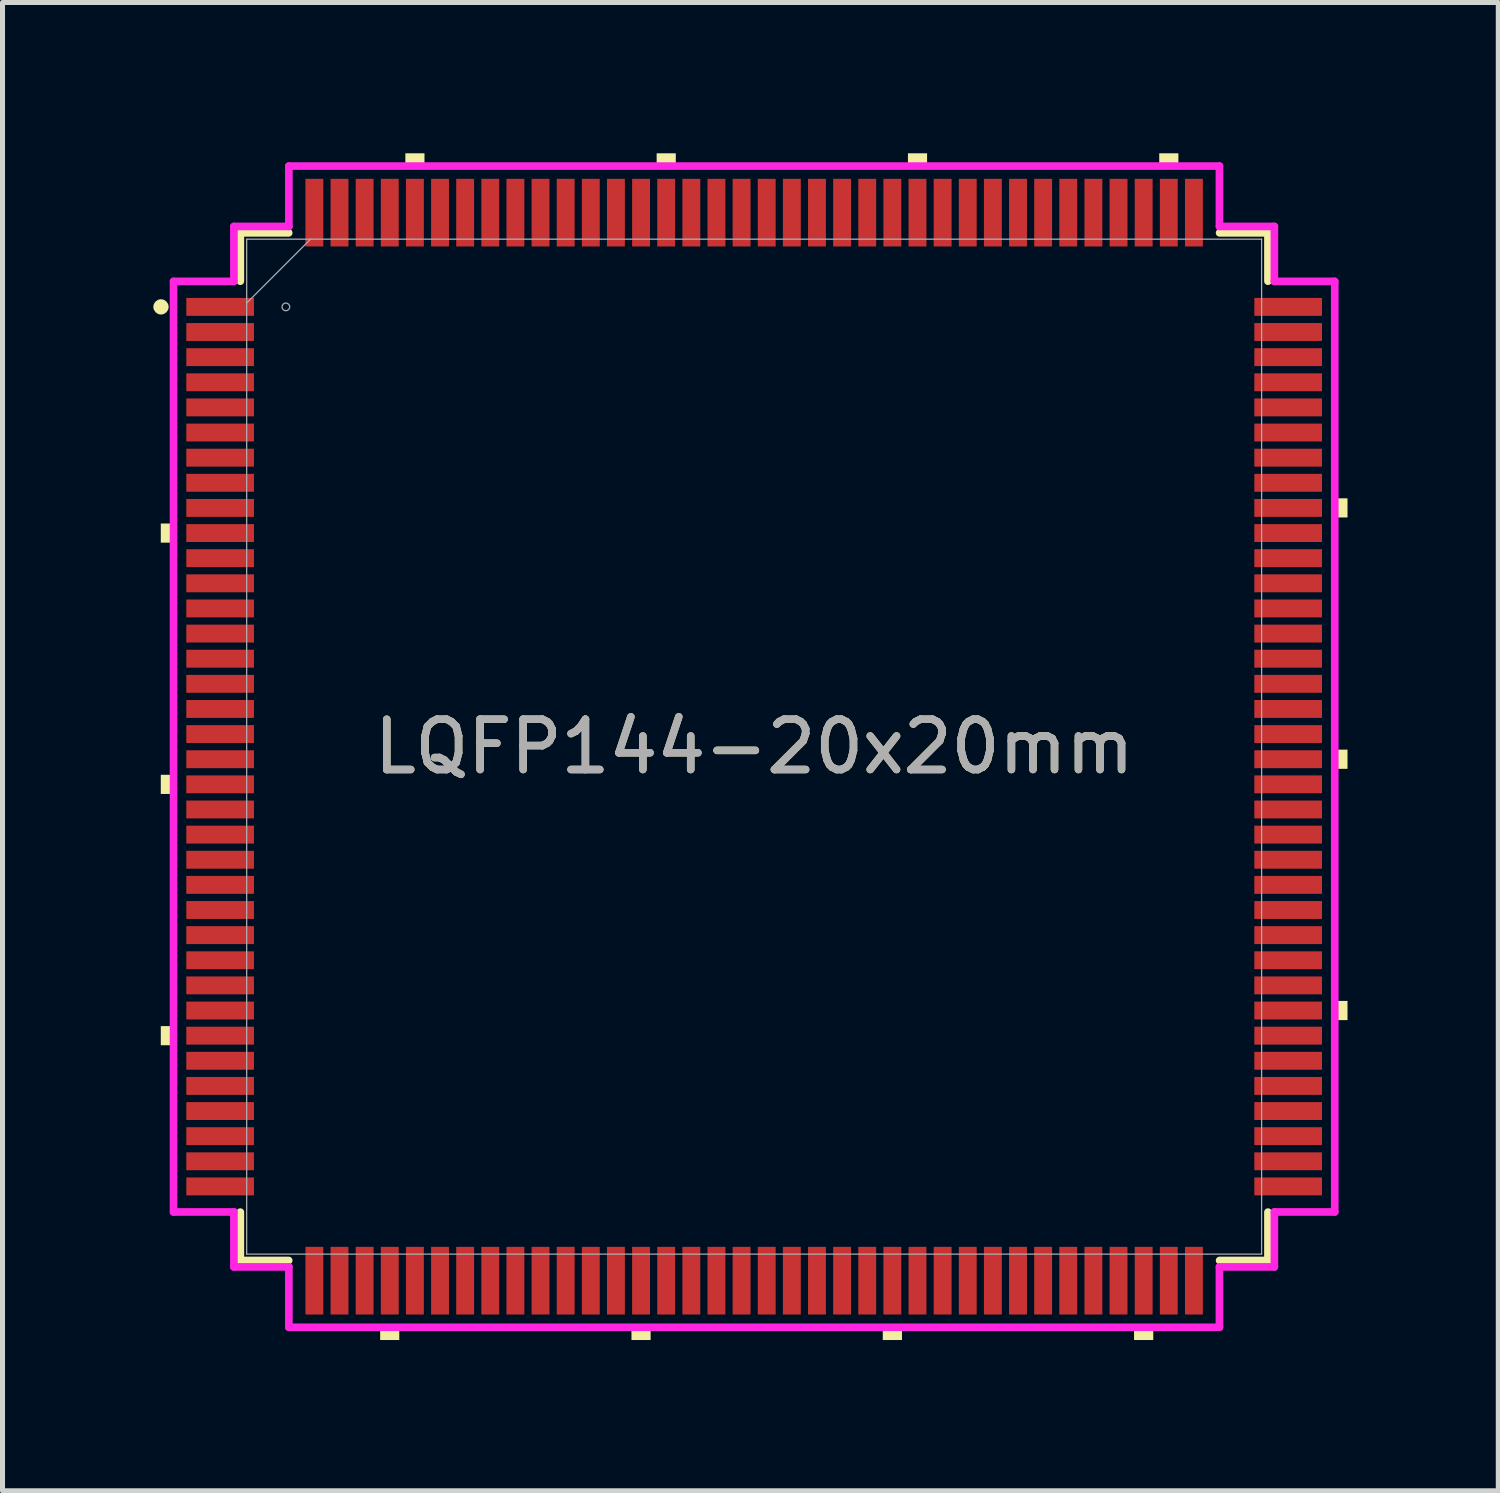
<source format=kicad_pcb>
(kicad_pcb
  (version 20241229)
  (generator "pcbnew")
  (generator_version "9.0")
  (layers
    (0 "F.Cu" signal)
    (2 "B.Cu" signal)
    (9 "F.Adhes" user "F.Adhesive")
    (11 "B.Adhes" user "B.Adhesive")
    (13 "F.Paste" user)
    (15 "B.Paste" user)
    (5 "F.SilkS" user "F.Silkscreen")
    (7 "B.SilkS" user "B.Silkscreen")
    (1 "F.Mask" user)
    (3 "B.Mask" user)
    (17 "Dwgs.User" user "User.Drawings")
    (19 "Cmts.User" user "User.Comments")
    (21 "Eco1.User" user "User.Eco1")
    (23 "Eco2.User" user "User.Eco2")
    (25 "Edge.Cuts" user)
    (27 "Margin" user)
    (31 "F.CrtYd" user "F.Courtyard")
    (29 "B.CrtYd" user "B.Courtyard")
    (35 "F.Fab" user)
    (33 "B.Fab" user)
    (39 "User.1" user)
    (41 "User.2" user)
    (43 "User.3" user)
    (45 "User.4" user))
  (footprint "LQFP144-20x20mm"
    (layer "F.Cu")
    (at 11.955 11.806)
    (property "Reference" "LQFP144-20x20mm" (at 0 0 0) (unlocked yes) (layer "F.SilkS") (effects (font (size 1 1) (thickness 0.15))))
    (attr smd)
    (fp_line (start -10.223 -10.223) (end -10.223 -9.261) (stroke (width 0.152) (type solid)) (layer "F.SilkS"))
    (fp_line (start -10.223 9.261) (end -10.223 10.223) (stroke (width 0.152) (type solid)) (layer "F.SilkS"))
    (fp_line (start -10.223 10.223) (end -9.261 10.223) (stroke (width 0.152) (type solid)) (layer "F.SilkS"))
    (fp_line (start -9.261 -10.223) (end -10.223 -10.223) (stroke (width 0.152) (type solid)) (layer "F.SilkS"))
    (fp_line (start 9.261 10.223) (end 10.223 10.223) (stroke (width 0.152) (type solid)) (layer "F.SilkS"))
    (fp_line (start 10.223 -10.223) (end 9.261 -10.223) (stroke (width 0.152) (type solid)) (layer "F.SilkS"))
    (fp_line (start 10.223 -9.261) (end 10.223 -10.223) (stroke (width 0.152) (type solid)) (layer "F.SilkS"))
    (fp_line (start 10.223 10.223) (end 10.223 9.261) (stroke (width 0.152) (type solid)) (layer "F.SilkS"))
    (fp_circle (center -11.802 -8.75) (end -11.726 -8.75) (stroke (width 0.152) (type solid)) (fill no) (layer "F.SilkS"))
    (fp_poly (pts (xy -11.806 -4.44) (xy -11.806 -4.059) (xy -11.552 -4.059) (xy -11.552 -4.44)) (stroke (width 0) (type solid)) (fill yes) (layer "F.SilkS"))
    (fp_poly (pts (xy -11.806 0.56) (xy -11.806 0.941) (xy -11.552 0.941) (xy -11.552 0.56)) (stroke (width 0) (type solid)) (fill yes) (layer "F.SilkS"))
    (fp_poly (pts (xy -11.806 5.56) (xy -11.806 5.941) (xy -11.552 5.941) (xy -11.552 5.56)) (stroke (width 0) (type solid)) (fill yes) (layer "F.SilkS"))
    (fp_poly (pts (xy -7.441 11.552) (xy -7.441 11.806) (xy -7.06 11.806) (xy -7.06 11.552)) (stroke (width 0) (type solid)) (fill yes) (layer "F.SilkS"))
    (fp_poly (pts (xy -6.94 -11.552) (xy -6.94 -11.806) (xy -6.559 -11.806) (xy -6.559 -11.552)) (stroke (width 0) (type solid)) (fill yes) (layer "F.SilkS"))
    (fp_poly (pts (xy -2.441 11.552) (xy -2.441 11.806) (xy -2.06 11.806) (xy -2.06 11.552)) (stroke (width 0) (type solid)) (fill yes) (layer "F.SilkS"))
    (fp_poly (pts (xy -1.94 -11.552) (xy -1.94 -11.806) (xy -1.559 -11.806) (xy -1.559 -11.552)) (stroke (width 0) (type solid)) (fill yes) (layer "F.SilkS"))
    (fp_poly (pts (xy 2.559 11.552) (xy 2.559 11.806) (xy 2.941 11.806) (xy 2.941 11.552)) (stroke (width 0) (type solid)) (fill yes) (layer "F.SilkS"))
    (fp_poly (pts (xy 3.06 -11.552) (xy 3.06 -11.806) (xy 3.441 -11.806) (xy 3.441 -11.552)) (stroke (width 0) (type solid)) (fill yes) (layer "F.SilkS"))
    (fp_poly (pts (xy 7.559 11.552) (xy 7.559 11.806) (xy 7.941 11.806) (xy 7.941 11.552)) (stroke (width 0) (type solid)) (fill yes) (layer "F.SilkS"))
    (fp_poly (pts (xy 8.06 -11.552) (xy 8.06 -11.806) (xy 8.441 -11.806) (xy 8.441 -11.552)) (stroke (width 0) (type solid)) (fill yes) (layer "F.SilkS"))
    (fp_poly (pts (xy 11.806 -4.941) (xy 11.806 -4.56) (xy 11.552 -4.56) (xy 11.552 -4.941)) (stroke (width 0) (type solid)) (fill yes) (layer "F.SilkS"))
    (fp_poly (pts (xy 11.806 0.059) (xy 11.806 0.441) (xy 11.552 0.441) (xy 11.552 0.059)) (stroke (width 0) (type solid)) (fill yes) (layer "F.SilkS"))
    (fp_poly (pts (xy 11.806 5.059) (xy 11.806 5.441) (xy 11.552 5.441) (xy 11.552 5.059)) (stroke (width 0) (type solid)) (fill yes) (layer "F.SilkS"))
    (fp_line (start -11.552 -9.258) (end -10.351 -9.258) (stroke (width 0.152) (type solid)) (layer "F.CrtYd"))
    (fp_line (start -11.552 9.258) (end -11.552 -9.258) (stroke (width 0.152) (type solid)) (layer "F.CrtYd"))
    (fp_line (start -10.351 -10.351) (end -9.258 -10.351) (stroke (width 0.152) (type solid)) (layer "F.CrtYd"))
    (fp_line (start -10.351 -9.258) (end -10.351 -10.351) (stroke (width 0.152) (type solid)) (layer "F.CrtYd"))
    (fp_line (start -10.351 9.258) (end -11.552 9.258) (stroke (width 0.152) (type solid)) (layer "F.CrtYd"))
    (fp_line (start -10.351 10.351) (end -10.351 9.258) (stroke (width 0.152) (type solid)) (layer "F.CrtYd"))
    (fp_line (start -9.258 -11.552) (end 9.258 -11.552) (stroke (width 0.152) (type solid)) (layer "F.CrtYd"))
    (fp_line (start -9.258 -10.351) (end -9.258 -11.552) (stroke (width 0.152) (type solid)) (layer "F.CrtYd"))
    (fp_line (start -9.258 10.351) (end -10.351 10.351) (stroke (width 0.152) (type solid)) (layer "F.CrtYd"))
    (fp_line (start -9.258 11.552) (end -9.258 10.351) (stroke (width 0.152) (type solid)) (layer "F.CrtYd"))
    (fp_line (start 9.258 -11.552) (end 9.258 -10.351) (stroke (width 0.152) (type solid)) (layer "F.CrtYd"))
    (fp_line (start 9.258 -10.351) (end 10.351 -10.351) (stroke (width 0.152) (type solid)) (layer "F.CrtYd"))
    (fp_line (start 9.258 10.351) (end 9.258 11.552) (stroke (width 0.152) (type solid)) (layer "F.CrtYd"))
    (fp_line (start 9.258 11.552) (end -9.258 11.552) (stroke (width 0.152) (type solid)) (layer "F.CrtYd"))
    (fp_line (start 10.351 -10.351) (end 10.351 -9.258) (stroke (width 0.152) (type solid)) (layer "F.CrtYd"))
    (fp_line (start 10.351 -9.258) (end 11.552 -9.258) (stroke (width 0.152) (type solid)) (layer "F.CrtYd"))
    (fp_line (start 10.351 9.258) (end 10.351 10.351) (stroke (width 0.152) (type solid)) (layer "F.CrtYd"))
    (fp_line (start 10.351 10.351) (end 9.258 10.351) (stroke (width 0.152) (type solid)) (layer "F.CrtYd"))
    (fp_line (start 11.552 -9.258) (end 11.552 9.258) (stroke (width 0.152) (type solid)) (layer "F.CrtYd"))
    (fp_line (start 11.552 9.258) (end 10.351 9.258) (stroke (width 0.152) (type solid)) (layer "F.CrtYd"))
    (fp_line (start -10.097 -10.097) (end -10.097 10.097) (stroke (width 0.025) (type solid)) (layer "F.Fab"))
    (fp_line (start -10.097 -8.826) (end -8.826 -10.097) (stroke (width 0.025) (type solid)) (layer "F.Fab"))
    (fp_line (start -10.097 10.097) (end 10.097 10.097) (stroke (width 0.025) (type solid)) (layer "F.Fab"))
    (fp_line (start 10.097 -10.097) (end -10.097 -10.097) (stroke (width 0.025) (type solid)) (layer "F.Fab"))
    (fp_line (start 10.097 10.097) (end 10.097 -10.097) (stroke (width 0.025) (type solid)) (layer "F.Fab"))
    (fp_circle (center -9.317 -8.75) (end -9.241 -8.75) (stroke (width 0.025) (type solid)) (fill no) (layer "F.Fab"))
    (fp_text user "${REFERENCE}" (at 0 0 0) (unlocked yes) (layer "F.Fab") (effects (font (size 1 1) (thickness 0.15))))
    (pad "1" smd rect (at -10.625 -8.75) (size 1.346 0.356) (layers "F.Cu" "F.Mask" "F.Paste"))
    (pad "2" smd rect (at -10.625 -8.25) (size 1.346 0.356) (layers "F.Cu" "F.Mask" "F.Paste"))
    (pad "3" smd rect (at -10.625 -7.75) (size 1.346 0.356) (layers "F.Cu" "F.Mask" "F.Paste"))
    (pad "4" smd rect (at -10.625 -7.25) (size 1.346 0.356) (layers "F.Cu" "F.Mask" "F.Paste"))
    (pad "5" smd rect (at -10.625 -6.75) (size 1.346 0.356) (layers "F.Cu" "F.Mask" "F.Paste"))
    (pad "6" smd rect (at -10.625 -6.25) (size 1.346 0.356) (layers "F.Cu" "F.Mask" "F.Paste"))
    (pad "7" smd rect (at -10.625 -5.75) (size 1.346 0.356) (layers "F.Cu" "F.Mask" "F.Paste"))
    (pad "8" smd rect (at -10.625 -5.25) (size 1.346 0.356) (layers "F.Cu" "F.Mask" "F.Paste"))
    (pad "9" smd rect (at -10.625 -4.75) (size 1.346 0.356) (layers "F.Cu" "F.Mask" "F.Paste"))
    (pad "10" smd rect (at -10.625 -4.25) (size 1.346 0.356) (layers "F.Cu" "F.Mask" "F.Paste"))
    (pad "11" smd rect (at -10.625 -3.75) (size 1.346 0.356) (layers "F.Cu" "F.Mask" "F.Paste"))
    (pad "12" smd rect (at -10.625 -3.25) (size 1.346 0.356) (layers "F.Cu" "F.Mask" "F.Paste"))
    (pad "13" smd rect (at -10.625 -2.75) (size 1.346 0.356) (layers "F.Cu" "F.Mask" "F.Paste"))
    (pad "14" smd rect (at -10.625 -2.25) (size 1.346 0.356) (layers "F.Cu" "F.Mask" "F.Paste"))
    (pad "15" smd rect (at -10.625 -1.75) (size 1.346 0.356) (layers "F.Cu" "F.Mask" "F.Paste"))
    (pad "16" smd rect (at -10.625 -1.25) (size 1.346 0.356) (layers "F.Cu" "F.Mask" "F.Paste"))
    (pad "17" smd rect (at -10.625 -0.75) (size 1.346 0.356) (layers "F.Cu" "F.Mask" "F.Paste"))
    (pad "18" smd rect (at -10.625 -0.25) (size 1.346 0.356) (layers "F.Cu" "F.Mask" "F.Paste"))
    (pad "19" smd rect (at -10.625 0.25) (size 1.346 0.356) (layers "F.Cu" "F.Mask" "F.Paste"))
    (pad "20" smd rect (at -10.625 0.75) (size 1.346 0.356) (layers "F.Cu" "F.Mask" "F.Paste"))
    (pad "21" smd rect (at -10.625 1.25) (size 1.346 0.356) (layers "F.Cu" "F.Mask" "F.Paste"))
    (pad "22" smd rect (at -10.625 1.75) (size 1.346 0.356) (layers "F.Cu" "F.Mask" "F.Paste"))
    (pad "23" smd rect (at -10.625 2.25) (size 1.346 0.356) (layers "F.Cu" "F.Mask" "F.Paste"))
    (pad "24" smd rect (at -10.625 2.75) (size 1.346 0.356) (layers "F.Cu" "F.Mask" "F.Paste"))
    (pad "25" smd rect (at -10.625 3.25) (size 1.346 0.356) (layers "F.Cu" "F.Mask" "F.Paste"))
    (pad "26" smd rect (at -10.625 3.75) (size 1.346 0.356) (layers "F.Cu" "F.Mask" "F.Paste"))
    (pad "27" smd rect (at -10.625 4.25) (size 1.346 0.356) (layers "F.Cu" "F.Mask" "F.Paste"))
    (pad "28" smd rect (at -10.625 4.75) (size 1.346 0.356) (layers "F.Cu" "F.Mask" "F.Paste"))
    (pad "29" smd rect (at -10.625 5.25) (size 1.346 0.356) (layers "F.Cu" "F.Mask" "F.Paste"))
    (pad "30" smd rect (at -10.625 5.75) (size 1.346 0.356) (layers "F.Cu" "F.Mask" "F.Paste"))
    (pad "31" smd rect (at -10.625 6.25) (size 1.346 0.356) (layers "F.Cu" "F.Mask" "F.Paste"))
    (pad "32" smd rect (at -10.625 6.75) (size 1.346 0.356) (layers "F.Cu" "F.Mask" "F.Paste"))
    (pad "33" smd rect (at -10.625 7.25) (size 1.346 0.356) (layers "F.Cu" "F.Mask" "F.Paste"))
    (pad "34" smd rect (at -10.625 7.75) (size 1.346 0.356) (layers "F.Cu" "F.Mask" "F.Paste"))
    (pad "35" smd rect (at -10.625 8.25) (size 1.346 0.356) (layers "F.Cu" "F.Mask" "F.Paste"))
    (pad "36" smd rect (at -10.625 8.75) (size 1.346 0.356) (layers "F.Cu" "F.Mask" "F.Paste"))
    (pad "37" smd rect (at -8.75 10.625 90) (size 1.346 0.356) (layers "F.Cu" "F.Mask" "F.Paste"))
    (pad "38" smd rect (at -8.25 10.625 90) (size 1.346 0.356) (layers "F.Cu" "F.Mask" "F.Paste"))
    (pad "39" smd rect (at -7.75 10.625 90) (size 1.346 0.356) (layers "F.Cu" "F.Mask" "F.Paste"))
    (pad "40" smd rect (at -7.25 10.625 90) (size 1.346 0.356) (layers "F.Cu" "F.Mask" "F.Paste"))
    (pad "41" smd rect (at -6.75 10.625 90) (size 1.346 0.356) (layers "F.Cu" "F.Mask" "F.Paste"))
    (pad "42" smd rect (at -6.25 10.625 90) (size 1.346 0.356) (layers "F.Cu" "F.Mask" "F.Paste"))
    (pad "43" smd rect (at -5.75 10.625 90) (size 1.346 0.356) (layers "F.Cu" "F.Mask" "F.Paste"))
    (pad "44" smd rect (at -5.25 10.625 90) (size 1.346 0.356) (layers "F.Cu" "F.Mask" "F.Paste"))
    (pad "45" smd rect (at -4.75 10.625 90) (size 1.346 0.356) (layers "F.Cu" "F.Mask" "F.Paste"))
    (pad "46" smd rect (at -4.25 10.625 90) (size 1.346 0.356) (layers "F.Cu" "F.Mask" "F.Paste"))
    (pad "47" smd rect (at -3.75 10.625 90) (size 1.346 0.356) (layers "F.Cu" "F.Mask" "F.Paste"))
    (pad "48" smd rect (at -3.25 10.625 90) (size 1.346 0.356) (layers "F.Cu" "F.Mask" "F.Paste"))
    (pad "49" smd rect (at -2.75 10.625 90) (size 1.346 0.356) (layers "F.Cu" "F.Mask" "F.Paste"))
    (pad "50" smd rect (at -2.25 10.625 90) (size 1.346 0.356) (layers "F.Cu" "F.Mask" "F.Paste"))
    (pad "51" smd rect (at -1.75 10.625 90) (size 1.346 0.356) (layers "F.Cu" "F.Mask" "F.Paste"))
    (pad "52" smd rect (at -1.25 10.625 90) (size 1.346 0.356) (layers "F.Cu" "F.Mask" "F.Paste"))
    (pad "53" smd rect (at -0.75 10.625 90) (size 1.346 0.356) (layers "F.Cu" "F.Mask" "F.Paste"))
    (pad "54" smd rect (at -0.25 10.625 90) (size 1.346 0.356) (layers "F.Cu" "F.Mask" "F.Paste"))
    (pad "55" smd rect (at 0.25 10.625 90) (size 1.346 0.356) (layers "F.Cu" "F.Mask" "F.Paste"))
    (pad "56" smd rect (at 0.75 10.625 90) (size 1.346 0.356) (layers "F.Cu" "F.Mask" "F.Paste"))
    (pad "57" smd rect (at 1.25 10.625 90) (size 1.346 0.356) (layers "F.Cu" "F.Mask" "F.Paste"))
    (pad "58" smd rect (at 1.75 10.625 90) (size 1.346 0.356) (layers "F.Cu" "F.Mask" "F.Paste"))
    (pad "59" smd rect (at 2.25 10.625 90) (size 1.346 0.356) (layers "F.Cu" "F.Mask" "F.Paste"))
    (pad "60" smd rect (at 2.75 10.625 90) (size 1.346 0.356) (layers "F.Cu" "F.Mask" "F.Paste"))
    (pad "61" smd rect (at 3.25 10.625 90) (size 1.346 0.356) (layers "F.Cu" "F.Mask" "F.Paste"))
    (pad "62" smd rect (at 3.75 10.625 90) (size 1.346 0.356) (layers "F.Cu" "F.Mask" "F.Paste"))
    (pad "63" smd rect (at 4.25 10.625 90) (size 1.346 0.356) (layers "F.Cu" "F.Mask" "F.Paste"))
    (pad "64" smd rect (at 4.75 10.625 90) (size 1.346 0.356) (layers "F.Cu" "F.Mask" "F.Paste"))
    (pad "65" smd rect (at 5.25 10.625 90) (size 1.346 0.356) (layers "F.Cu" "F.Mask" "F.Paste"))
    (pad "66" smd rect (at 5.75 10.625 90) (size 1.346 0.356) (layers "F.Cu" "F.Mask" "F.Paste"))
    (pad "67" smd rect (at 6.25 10.625 90) (size 1.346 0.356) (layers "F.Cu" "F.Mask" "F.Paste"))
    (pad "68" smd rect (at 6.75 10.625 90) (size 1.346 0.356) (layers "F.Cu" "F.Mask" "F.Paste"))
    (pad "69" smd rect (at 7.25 10.625 90) (size 1.346 0.356) (layers "F.Cu" "F.Mask" "F.Paste"))
    (pad "70" smd rect (at 7.75 10.625 90) (size 1.346 0.356) (layers "F.Cu" "F.Mask" "F.Paste"))
    (pad "71" smd rect (at 8.25 10.625 90) (size 1.346 0.356) (layers "F.Cu" "F.Mask" "F.Paste"))
    (pad "72" smd rect (at 8.75 10.625 90) (size 1.346 0.356) (layers "F.Cu" "F.Mask" "F.Paste"))
    (pad "73" smd rect (at 10.625 8.75) (size 1.346 0.356) (layers "F.Cu" "F.Mask" "F.Paste"))
    (pad "74" smd rect (at 10.625 8.25) (size 1.346 0.356) (layers "F.Cu" "F.Mask" "F.Paste"))
    (pad "75" smd rect (at 10.625 7.75) (size 1.346 0.356) (layers "F.Cu" "F.Mask" "F.Paste"))
    (pad "76" smd rect (at 10.625 7.25) (size 1.346 0.356) (layers "F.Cu" "F.Mask" "F.Paste"))
    (pad "77" smd rect (at 10.625 6.75) (size 1.346 0.356) (layers "F.Cu" "F.Mask" "F.Paste"))
    (pad "78" smd rect (at 10.625 6.25) (size 1.346 0.356) (layers "F.Cu" "F.Mask" "F.Paste"))
    (pad "79" smd rect (at 10.625 5.75) (size 1.346 0.356) (layers "F.Cu" "F.Mask" "F.Paste"))
    (pad "80" smd rect (at 10.625 5.25) (size 1.346 0.356) (layers "F.Cu" "F.Mask" "F.Paste"))
    (pad "81" smd rect (at 10.625 4.75) (size 1.346 0.356) (layers "F.Cu" "F.Mask" "F.Paste"))
    (pad "82" smd rect (at 10.625 4.25) (size 1.346 0.356) (layers "F.Cu" "F.Mask" "F.Paste"))
    (pad "83" smd rect (at 10.625 3.75) (size 1.346 0.356) (layers "F.Cu" "F.Mask" "F.Paste"))
    (pad "84" smd rect (at 10.625 3.25) (size 1.346 0.356) (layers "F.Cu" "F.Mask" "F.Paste"))
    (pad "85" smd rect (at 10.625 2.75) (size 1.346 0.356) (layers "F.Cu" "F.Mask" "F.Paste"))
    (pad "86" smd rect (at 10.625 2.25) (size 1.346 0.356) (layers "F.Cu" "F.Mask" "F.Paste"))
    (pad "87" smd rect (at 10.625 1.75) (size 1.346 0.356) (layers "F.Cu" "F.Mask" "F.Paste"))
    (pad "88" smd rect (at 10.625 1.25) (size 1.346 0.356) (layers "F.Cu" "F.Mask" "F.Paste"))
    (pad "89" smd rect (at 10.625 0.75) (size 1.346 0.356) (layers "F.Cu" "F.Mask" "F.Paste"))
    (pad "90" smd rect (at 10.625 0.25) (size 1.346 0.356) (layers "F.Cu" "F.Mask" "F.Paste"))
    (pad "91" smd rect (at 10.625 -0.25) (size 1.346 0.356) (layers "F.Cu" "F.Mask" "F.Paste"))
    (pad "92" smd rect (at 10.625 -0.75) (size 1.346 0.356) (layers "F.Cu" "F.Mask" "F.Paste"))
    (pad "93" smd rect (at 10.625 -1.25) (size 1.346 0.356) (layers "F.Cu" "F.Mask" "F.Paste"))
    (pad "94" smd rect (at 10.625 -1.75) (size 1.346 0.356) (layers "F.Cu" "F.Mask" "F.Paste"))
    (pad "95" smd rect (at 10.625 -2.25) (size 1.346 0.356) (layers "F.Cu" "F.Mask" "F.Paste"))
    (pad "96" smd rect (at 10.625 -2.75) (size 1.346 0.356) (layers "F.Cu" "F.Mask" "F.Paste"))
    (pad "97" smd rect (at 10.625 -3.25) (size 1.346 0.356) (layers "F.Cu" "F.Mask" "F.Paste"))
    (pad "98" smd rect (at 10.625 -3.75) (size 1.346 0.356) (layers "F.Cu" "F.Mask" "F.Paste"))
    (pad "99" smd rect (at 10.625 -4.25) (size 1.346 0.356) (layers "F.Cu" "F.Mask" "F.Paste"))
    (pad "100" smd rect (at 10.625 -4.75) (size 1.346 0.356) (layers "F.Cu" "F.Mask" "F.Paste"))
    (pad "101" smd rect (at 10.625 -5.25) (size 1.346 0.356) (layers "F.Cu" "F.Mask" "F.Paste"))
    (pad "102" smd rect (at 10.625 -5.75) (size 1.346 0.356) (layers "F.Cu" "F.Mask" "F.Paste"))
    (pad "103" smd rect (at 10.625 -6.25) (size 1.346 0.356) (layers "F.Cu" "F.Mask" "F.Paste"))
    (pad "104" smd rect (at 10.625 -6.75) (size 1.346 0.356) (layers "F.Cu" "F.Mask" "F.Paste"))
    (pad "105" smd rect (at 10.625 -7.25) (size 1.346 0.356) (layers "F.Cu" "F.Mask" "F.Paste"))
    (pad "106" smd rect (at 10.625 -7.75) (size 1.346 0.356) (layers "F.Cu" "F.Mask" "F.Paste"))
    (pad "107" smd rect (at 10.625 -8.25) (size 1.346 0.356) (layers "F.Cu" "F.Mask" "F.Paste"))
    (pad "108" smd rect (at 10.625 -8.75) (size 1.346 0.356) (layers "F.Cu" "F.Mask" "F.Paste"))
    (pad "109" smd rect (at 8.75 -10.625 90) (size 1.346 0.356) (layers "F.Cu" "F.Mask" "F.Paste"))
    (pad "110" smd rect (at 8.25 -10.625 90) (size 1.346 0.356) (layers "F.Cu" "F.Mask" "F.Paste"))
    (pad "111" smd rect (at 7.75 -10.625 90) (size 1.346 0.356) (layers "F.Cu" "F.Mask" "F.Paste"))
    (pad "112" smd rect (at 7.25 -10.625 90) (size 1.346 0.356) (layers "F.Cu" "F.Mask" "F.Paste"))
    (pad "113" smd rect (at 6.75 -10.625 90) (size 1.346 0.356) (layers "F.Cu" "F.Mask" "F.Paste"))
    (pad "114" smd rect (at 6.25 -10.625 90) (size 1.346 0.356) (layers "F.Cu" "F.Mask" "F.Paste"))
    (pad "115" smd rect (at 5.75 -10.625 90) (size 1.346 0.356) (layers "F.Cu" "F.Mask" "F.Paste"))
    (pad "116" smd rect (at 5.25 -10.625 90) (size 1.346 0.356) (layers "F.Cu" "F.Mask" "F.Paste"))
    (pad "117" smd rect (at 4.75 -10.625 90) (size 1.346 0.356) (layers "F.Cu" "F.Mask" "F.Paste"))
    (pad "118" smd rect (at 4.25 -10.625 90) (size 1.346 0.356) (layers "F.Cu" "F.Mask" "F.Paste"))
    (pad "119" smd rect (at 3.75 -10.625 90) (size 1.346 0.356) (layers "F.Cu" "F.Mask" "F.Paste"))
    (pad "120" smd rect (at 3.25 -10.625 90) (size 1.346 0.356) (layers "F.Cu" "F.Mask" "F.Paste"))
    (pad "121" smd rect (at 2.75 -10.625 90) (size 1.346 0.356) (layers "F.Cu" "F.Mask" "F.Paste"))
    (pad "122" smd rect (at 2.25 -10.625 90) (size 1.346 0.356) (layers "F.Cu" "F.Mask" "F.Paste"))
    (pad "123" smd rect (at 1.75 -10.625 90) (size 1.346 0.356) (layers "F.Cu" "F.Mask" "F.Paste"))
    (pad "124" smd rect (at 1.25 -10.625 90) (size 1.346 0.356) (layers "F.Cu" "F.Mask" "F.Paste"))
    (pad "125" smd rect (at 0.75 -10.625 90) (size 1.346 0.356) (layers "F.Cu" "F.Mask" "F.Paste"))
    (pad "126" smd rect (at 0.25 -10.625 90) (size 1.346 0.356) (layers "F.Cu" "F.Mask" "F.Paste"))
    (pad "127" smd rect (at -0.25 -10.625 90) (size 1.346 0.356) (layers "F.Cu" "F.Mask" "F.Paste"))
    (pad "128" smd rect (at -0.75 -10.625 90) (size 1.346 0.356) (layers "F.Cu" "F.Mask" "F.Paste"))
    (pad "129" smd rect (at -1.25 -10.625 90) (size 1.346 0.356) (layers "F.Cu" "F.Mask" "F.Paste"))
    (pad "130" smd rect (at -1.75 -10.625 90) (size 1.346 0.356) (layers "F.Cu" "F.Mask" "F.Paste"))
    (pad "131" smd rect (at -2.25 -10.625 90) (size 1.346 0.356) (layers "F.Cu" "F.Mask" "F.Paste"))
    (pad "132" smd rect (at -2.75 -10.625 90) (size 1.346 0.356) (layers "F.Cu" "F.Mask" "F.Paste"))
    (pad "133" smd rect (at -3.25 -10.625 90) (size 1.346 0.356) (layers "F.Cu" "F.Mask" "F.Paste"))
    (pad "134" smd rect (at -3.75 -10.625 90) (size 1.346 0.356) (layers "F.Cu" "F.Mask" "F.Paste"))
    (pad "135" smd rect (at -4.25 -10.625 90) (size 1.346 0.356) (layers "F.Cu" "F.Mask" "F.Paste"))
    (pad "136" smd rect (at -4.75 -10.625 90) (size 1.346 0.356) (layers "F.Cu" "F.Mask" "F.Paste"))
    (pad "137" smd rect (at -5.25 -10.625 90) (size 1.346 0.356) (layers "F.Cu" "F.Mask" "F.Paste"))
    (pad "138" smd rect (at -5.75 -10.625 90) (size 1.346 0.356) (layers "F.Cu" "F.Mask" "F.Paste"))
    (pad "139" smd rect (at -6.25 -10.625 90) (size 1.346 0.356) (layers "F.Cu" "F.Mask" "F.Paste"))
    (pad "140" smd rect (at -6.75 -10.625 90) (size 1.346 0.356) (layers "F.Cu" "F.Mask" "F.Paste"))
    (pad "141" smd rect (at -7.25 -10.625 90) (size 1.346 0.356) (layers "F.Cu" "F.Mask" "F.Paste"))
    (pad "142" smd rect (at -7.75 -10.625 90) (size 1.346 0.356) (layers "F.Cu" "F.Mask" "F.Paste"))
    (pad "143" smd rect (at -8.25 -10.625 90) (size 1.346 0.356) (layers "F.Cu" "F.Mask" "F.Paste"))
    (pad "144" smd rect (at -8.75 -10.625 90) (size 1.346 0.356) (layers "F.Cu" "F.Mask" "F.Paste")))
  (gr_rect
    (start -3 -3)
    (end 26.761 26.612)
    (stroke (width 0.1) (type default))
    (fill no)
    (layer "Edge.Cuts")))
</source>
